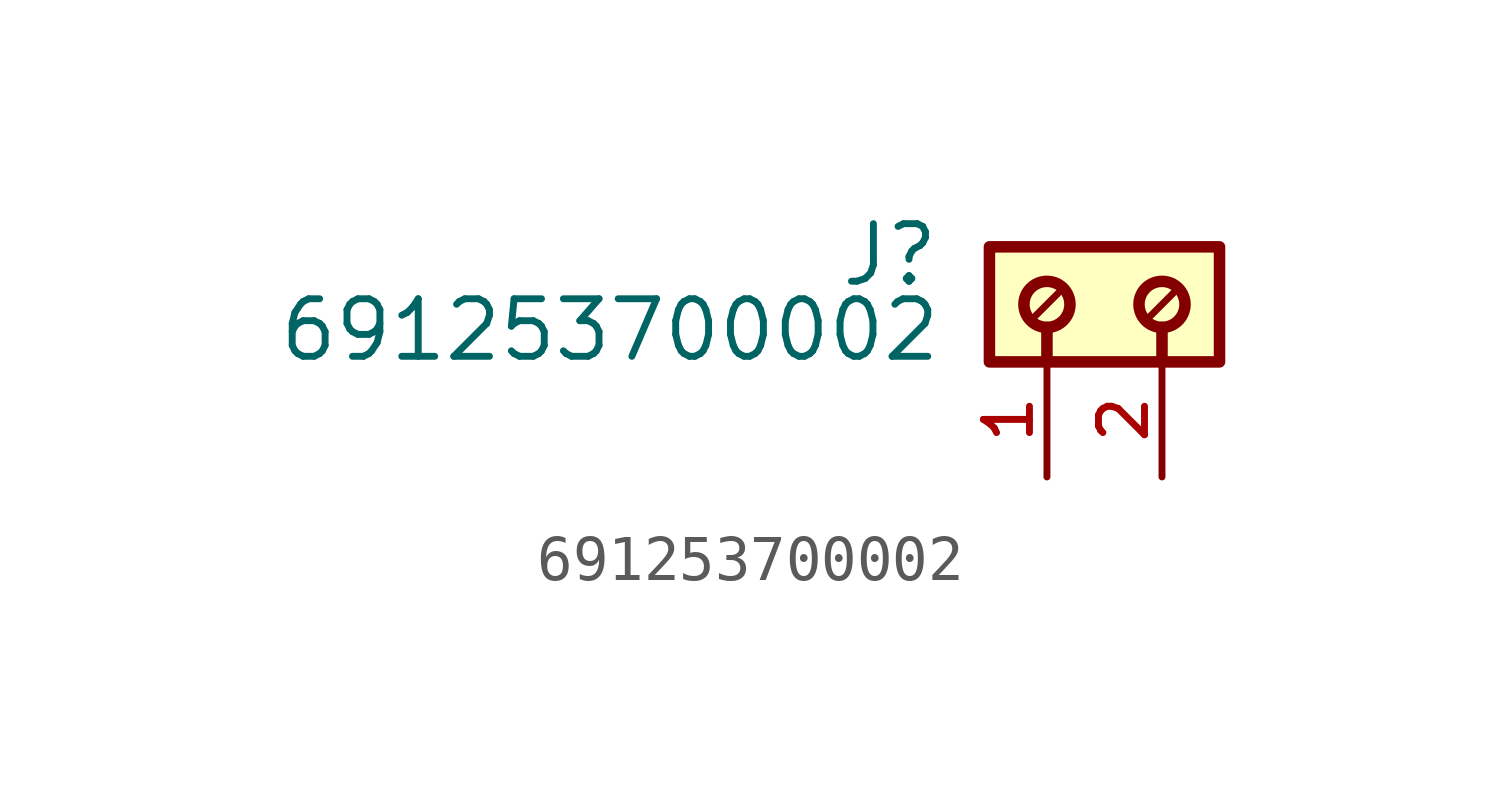
<source format=kicad_sym>
(kicad_symbol_lib
  (version 20211014)
  (generator kicad_symbol_editor)
  (symbol "691253700002"
    (pin_names
      (offset 1.016))
    (property "Reference" "J"
      (at -4.88 -0.922 0)
      (effects (font (size 1.27 1.27)) (justify bottom right)))
    (property "Value" "691253700002"
      (at -4.83 -2.58 0)
      (effects (font (size 1.27 1.27)) (justify bottom right)))
    (symbol "691253700002_0_0"
      (polyline (pts (xy -2.54 -1.778) (xy -2.54 -2.54)) (stroke (width 0.254)))
      (polyline (pts (xy 0.0 -1.778) (xy 0.0 -2.54)) (stroke (width 0.254)))
      (polyline (pts (xy -2.286 -1.016) (xy -2.794 -1.524)) (stroke (width 0.152)))
      (polyline (pts (xy 0.254 -1.016) (xy -0.254 -1.524)) (stroke (width 0.152)))
      (circle (center -2.54 -1.27) (radius 0.508) (stroke (width 0.254)) (fill (type none)))
      (circle (center 0.0 -1.27) (radius 0.508) (stroke (width 0.254)) (fill (type none)))
      (rectangle (start -3.81 -2.54) (end 1.27 -2.22044604925e-16) (stroke (width 0.254)) (fill (type background)))
      (pin passive line (at -2.54 -5.08 90.0) (length 2.54) (name "~" (effects (font (size 1.016 1.016)))) (number "1" (effects (font (size 1.016 1.016)))))
      (pin passive line (at 0.0 -5.08 90.0) (length 2.54) (name "~" (effects (font (size 1.016 1.016)))) (number "2" (effects (font (size 1.016 1.016))))))))
</source>
